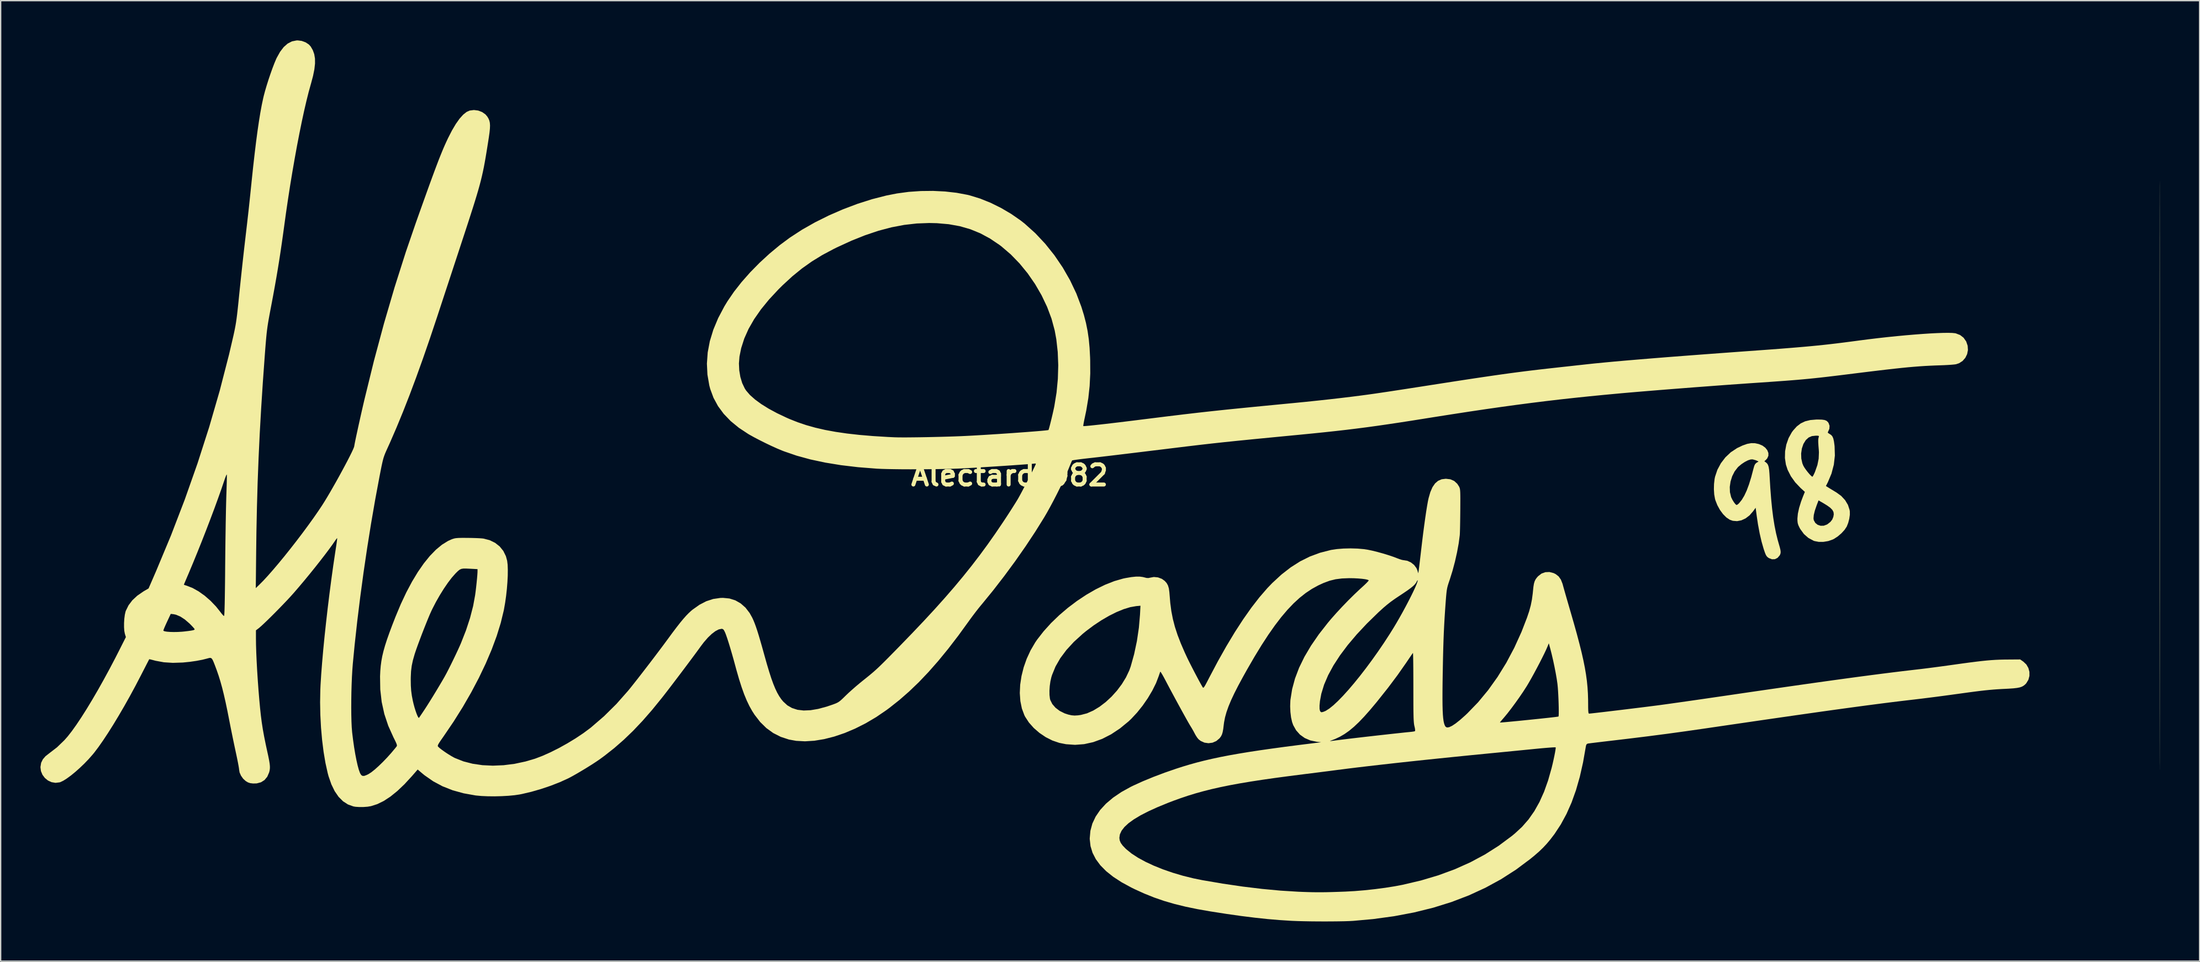
<source format=kicad_pcb>
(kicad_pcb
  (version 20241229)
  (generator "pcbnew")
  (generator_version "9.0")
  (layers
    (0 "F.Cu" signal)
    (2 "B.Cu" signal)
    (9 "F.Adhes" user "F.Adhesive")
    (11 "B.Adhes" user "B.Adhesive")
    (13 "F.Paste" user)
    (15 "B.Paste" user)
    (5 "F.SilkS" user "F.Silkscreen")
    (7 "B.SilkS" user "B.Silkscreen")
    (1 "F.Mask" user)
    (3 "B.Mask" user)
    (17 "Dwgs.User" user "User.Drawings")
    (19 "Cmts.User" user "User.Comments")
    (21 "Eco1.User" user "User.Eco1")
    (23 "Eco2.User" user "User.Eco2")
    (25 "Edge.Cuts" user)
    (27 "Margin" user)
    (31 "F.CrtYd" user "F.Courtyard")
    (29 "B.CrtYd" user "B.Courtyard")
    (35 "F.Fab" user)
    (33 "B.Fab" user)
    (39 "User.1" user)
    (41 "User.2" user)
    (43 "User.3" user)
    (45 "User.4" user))
  (footprint "Alectardy982"
    (layer "F.Cu")
    (at 73.1 32.834)
    (property "Reference" "Alectardy982" (at 0 0 0) (layer "F.SilkS") (effects (font (size 1.524 1.524) (thickness 0.3))))
    (attr board_only exclude_from_pos_files exclude_from_bom)
    (fp_poly (pts (xy 86.748 -22.22) (xy 86.749 -22.098) (xy 86.75 -21.882) (xy 86.75 -21.573) (xy 86.751 -21.167) (xy 86.751 -20.665) (xy 86.752 -20.066) (xy 86.753 -19.367) (xy 86.753 -18.569) (xy 86.754 -18.021) (xy 86.755 -16.432) (xy 86.756 -14.751) (xy 86.756 -12.989) (xy 86.757 -11.158) (xy 86.758 -9.267) (xy 86.758 -7.327) (xy 86.759 -5.349) (xy 86.759 -3.343) (xy 86.759 -1.32) (xy 86.759 0.711) (xy 86.759 2.737) (xy 86.759 4.75) (xy 86.758 6.738) (xy 86.758 8.69) (xy 86.757 10.597) (xy 86.757 12.447) (xy 86.756 14.23) (xy 86.755 15.937) (xy 86.754 17.555) (xy 86.754 18.021) (xy 86.753 18.882) (xy 86.752 19.643) (xy 86.752 20.303) (xy 86.751 20.866) (xy 86.751 21.331) (xy 86.75 21.701) (xy 86.749 21.975) (xy 86.749 22.155) (xy 86.748 22.242) (xy 86.748 22.238) (xy 86.747 22.143) (xy 86.747 21.958) (xy 86.746 21.685) (xy 86.746 21.324) (xy 86.745 20.877) (xy 86.745 20.344) (xy 86.744 19.728) (xy 86.744 19.028) (xy 86.744 18.247) (xy 86.743 17.384) (xy 86.743 16.442) (xy 86.743 15.421) (xy 86.742 14.323) (xy 86.742 13.148) (xy 86.742 11.897) (xy 86.742 10.572) (xy 86.741 9.174) (xy 86.741 7.704) (xy 86.741 6.162) (xy 86.741 4.551) (xy 86.741 2.871) (xy 86.741 1.123) (xy 86.741 0) (xy 86.741 -1.79) (xy 86.741 -3.512) (xy 86.741 -5.167) (xy 86.741 -6.752) (xy 86.741 -8.267) (xy 86.741 -9.71) (xy 86.742 -11.08) (xy 86.742 -12.377) (xy 86.742 -13.6) (xy 86.742 -14.746) (xy 86.743 -15.815) (xy 86.743 -16.807) (xy 86.743 -17.719) (xy 86.744 -18.551) (xy 86.744 -19.302) (xy 86.744 -19.97) (xy 86.745 -20.555) (xy 86.745 -21.055) (xy 86.746 -21.47) (xy 86.746 -21.798) (xy 86.747 -22.038) (xy 86.747 -22.189) (xy 86.748 -22.25)) (stroke (width 0) (type solid)) (fill yes) (layer "F.SilkS"))
    (fp_poly (pts (xy 56.223 -2.428) (xy 56.509 -2.366) (xy 56.786 -2.248) (xy 57.003 -2.087) (xy 57.154 -1.896) (xy 57.233 -1.689) (xy 57.233 -1.48) (xy 57.147 -1.284) (xy 57.061 -1.187) (xy 56.929 -1.064) (xy 57.04 -0.986) (xy 57.134 -0.902) (xy 57.204 -0.792) (xy 57.254 -0.638) (xy 57.289 -0.423) (xy 57.314 -0.13) (xy 57.323 0.025) (xy 57.377 0.941) (xy 57.44 1.766) (xy 57.513 2.509) (xy 57.598 3.182) (xy 57.696 3.794) (xy 57.808 4.355) (xy 57.936 4.875) (xy 58.013 5.146) (xy 58.093 5.426) (xy 58.142 5.63) (xy 58.159 5.78) (xy 58.147 5.896) (xy 58.108 5.998) (xy 58.083 6.043) (xy 57.923 6.228) (xy 57.723 6.326) (xy 57.5 6.332) (xy 57.272 6.243) (xy 57.24 6.223) (xy 57.155 6.157) (xy 57.088 6.08) (xy 57.028 5.971) (xy 56.964 5.808) (xy 56.884 5.571) (xy 56.874 5.542) (xy 56.718 4.998) (xy 56.575 4.376) (xy 56.449 3.7) (xy 56.357 3.088) (xy 56.272 2.443) (xy 56.079 2.711) (xy 55.815 3.015) (xy 55.517 3.244) (xy 55.198 3.392) (xy 54.872 3.455) (xy 54.551 3.429) (xy 54.323 3.349) (xy 54.064 3.177) (xy 53.812 2.924) (xy 53.581 2.61) (xy 53.385 2.255) (xy 53.237 1.879) (xy 53.205 1.764) (xy 53.147 1.435) (xy 53.123 1.049) (xy 53.127 0.872) (xy 54.32 0.872) (xy 54.333 1.268) (xy 54.42 1.629) (xy 54.435 1.667) (xy 54.519 1.84) (xy 54.62 2.006) (xy 54.721 2.142) (xy 54.804 2.223) (xy 54.836 2.235) (xy 54.907 2.201) (xy 55.007 2.116) (xy 55.027 2.095) (xy 55.229 1.843) (xy 55.418 1.528) (xy 55.598 1.142) (xy 55.771 0.677) (xy 55.941 0.126) (xy 56.111 -0.519) (xy 56.111 -0.519) (xy 56.168 -0.718) (xy 56.228 -0.845) (xy 56.307 -0.929) (xy 56.345 -0.955) (xy 56.494 -1.049) (xy 56.29 -1.141) (xy 56.044 -1.209) (xy 55.9 -1.203) (xy 55.694 -1.138) (xy 55.452 -1.014) (xy 55.203 -0.848) (xy 54.977 -0.659) (xy 54.927 -0.61) (xy 54.687 -0.3) (xy 54.503 0.065) (xy 54.379 0.464) (xy 54.32 0.872) (xy 53.127 0.872) (xy 53.133 0.647) (xy 53.176 0.269) (xy 53.21 0.102) (xy 53.387 -0.425) (xy 53.651 -0.917) (xy 53.99 -1.361) (xy 54.395 -1.743) (xy 54.853 -2.047) (xy 54.901 -2.073) (xy 55.294 -2.26) (xy 55.633 -2.378) (xy 55.936 -2.433)) (stroke (width 0) (type solid)) (fill yes) (layer "F.SilkS"))
    (fp_poly (pts (xy 61.265 -4.209) (xy 61.465 -4.181) (xy 61.607 -4.127) (xy 61.712 -4.038) (xy 61.774 -3.951) (xy 61.847 -3.743) (xy 61.832 -3.516) (xy 61.748 -3.324) (xy 61.714 -3.252) (xy 61.737 -3.199) (xy 61.834 -3.136) (xy 61.861 -3.121) (xy 61.978 -3.041) (xy 62.065 -2.934) (xy 62.13 -2.783) (xy 62.178 -2.569) (xy 62.218 -2.275) (xy 62.227 -2.192) (xy 62.248 -1.496) (xy 62.169 -0.806) (xy 61.992 -0.133) (xy 61.725 0.502) (xy 61.573 0.804) (xy 61.812 0.954) (xy 61.988 1.062) (xy 62.2 1.19) (xy 62.363 1.288) (xy 62.727 1.553) (xy 63.02 1.871) (xy 63.234 2.227) (xy 63.358 2.608) (xy 63.375 2.715) (xy 63.377 2.973) (xy 63.334 3.276) (xy 63.254 3.585) (xy 63.146 3.858) (xy 63.139 3.872) (xy 62.977 4.115) (xy 62.748 4.366) (xy 62.48 4.597) (xy 62.2 4.783) (xy 62.094 4.838) (xy 61.754 4.957) (xy 61.389 5.018) (xy 61.03 5.019) (xy 60.709 4.957) (xy 60.64 4.932) (xy 60.246 4.72) (xy 59.912 4.426) (xy 59.64 4.053) (xy 59.576 3.937) (xy 59.491 3.755) (xy 59.444 3.601) (xy 59.425 3.427) (xy 59.423 3.251) (xy 59.423 3.249) (xy 60.635 3.249) (xy 60.658 3.385) (xy 60.773 3.59) (xy 60.951 3.731) (xy 61.17 3.803) (xy 61.408 3.799) (xy 61.643 3.713) (xy 61.697 3.68) (xy 61.91 3.512) (xy 62.047 3.339) (xy 62.131 3.133) (xy 62.165 2.937) (xy 62.143 2.765) (xy 62.057 2.604) (xy 61.899 2.442) (xy 61.658 2.268) (xy 61.423 2.124) (xy 61.017 1.887) (xy 60.882 2.239) (xy 60.739 2.654) (xy 60.657 2.991) (xy 60.635 3.249) (xy 59.423 3.249) (xy 59.457 2.888) (xy 59.55 2.459) (xy 59.698 1.979) (xy 59.84 1.601) (xy 59.984 1.245) (xy 59.658 0.948) (xy 59.257 0.526) (xy 58.929 0.065) (xy 58.683 -0.421) (xy 58.554 -0.816) (xy 58.481 -1.307) (xy 58.489 -1.652) (xy 59.704 -1.652) (xy 59.716 -1.27) (xy 59.796 -0.909) (xy 59.868 -0.732) (xy 59.951 -0.589) (xy 60.067 -0.422) (xy 60.2 -0.249) (xy 60.334 -0.091) (xy 60.451 0.03) (xy 60.534 0.096) (xy 60.554 0.102) (xy 60.591 0.058) (xy 60.654 -0.058) (xy 60.73 -0.223) (xy 60.753 -0.278) (xy 60.929 -0.779) (xy 61.025 -1.256) (xy 61.045 -1.736) (xy 61.034 -1.93) (xy 61.008 -2.249) (xy 60.995 -2.484) (xy 60.992 -2.654) (xy 61.002 -2.775) (xy 61.022 -2.866) (xy 61.028 -2.883) (xy 61.045 -2.95) (xy 61.019 -2.984) (xy 60.929 -2.996) (xy 60.809 -2.997) (xy 60.51 -2.964) (xy 60.269 -2.859) (xy 60.062 -2.672) (xy 60.053 -2.661) (xy 59.875 -2.373) (xy 59.758 -2.028) (xy 59.704 -1.652) (xy 58.489 -1.652) (xy 58.493 -1.818) (xy 58.586 -2.327) (xy 58.755 -2.811) (xy 58.996 -3.248) (xy 59.098 -3.388) (xy 59.375 -3.695) (xy 59.672 -3.923) (xy 60.005 -4.081) (xy 60.391 -4.176) (xy 60.845 -4.215) (xy 60.985 -4.216)) (stroke (width 0) (type solid)) (fill yes) (layer "F.SilkS"))
    (fp_poly (pts (xy 33.248 0.296) (xy 33.534 0.421) (xy 33.764 0.631) (xy 33.898 0.838) (xy 33.928 0.899) (xy 33.951 0.963) (xy 33.969 1.041) (xy 33.982 1.147) (xy 33.991 1.292) (xy 33.996 1.487) (xy 33.998 1.744) (xy 33.997 2.076) (xy 33.995 2.494) (xy 33.994 2.642) (xy 33.99 3.05) (xy 33.985 3.437) (xy 33.979 3.79) (xy 33.972 4.092) (xy 33.965 4.329) (xy 33.957 4.485) (xy 33.954 4.521) (xy 33.873 5.138) (xy 33.749 5.811) (xy 33.592 6.51) (xy 33.408 7.202) (xy 33.204 7.855) (xy 33.176 7.936) (xy 33.104 8.149) (xy 33.049 8.329) (xy 33.007 8.497) (xy 32.975 8.675) (xy 32.949 8.887) (xy 32.924 9.154) (xy 32.897 9.497) (xy 32.894 9.537) (xy 32.85 10.149) (xy 32.812 10.73) (xy 32.78 11.295) (xy 32.752 11.864) (xy 32.729 12.454) (xy 32.709 13.083) (xy 32.692 13.768) (xy 32.677 14.528) (xy 32.669 14.961) (xy 32.658 15.69) (xy 32.652 16.324) (xy 32.651 16.871) (xy 32.655 17.338) (xy 32.665 17.731) (xy 32.681 18.058) (xy 32.704 18.325) (xy 32.733 18.541) (xy 32.769 18.711) (xy 32.813 18.842) (xy 32.865 18.943) (xy 32.883 18.969) (xy 32.988 19.03) (xy 33.15 19.009) (xy 33.371 18.907) (xy 33.648 18.723) (xy 33.733 18.655) (xy 36.982 18.655) (xy 37.031 18.655) (xy 37.168 18.645) (xy 37.381 18.627) (xy 37.657 18.602) (xy 37.985 18.571) (xy 38.352 18.536) (xy 38.744 18.496) (xy 39.151 18.455) (xy 39.558 18.413) (xy 39.955 18.372) (xy 40.327 18.332) (xy 40.664 18.296) (xy 40.952 18.263) (xy 41.179 18.236) (xy 41.332 18.216) (xy 41.399 18.204) (xy 41.401 18.203) (xy 41.414 18.139) (xy 41.421 17.99) (xy 41.422 17.774) (xy 41.419 17.506) (xy 41.411 17.204) (xy 41.4 16.885) (xy 41.385 16.566) (xy 41.368 16.262) (xy 41.348 15.992) (xy 41.326 15.772) (xy 41.324 15.748) (xy 41.27 15.372) (xy 41.193 14.929) (xy 41.1 14.449) (xy 40.997 13.962) (xy 40.889 13.498) (xy 40.789 13.106) (xy 40.671 12.675) (xy 40.569 12.929) (xy 40.472 13.152) (xy 40.334 13.444) (xy 40.163 13.789) (xy 39.971 14.166) (xy 39.765 14.558) (xy 39.556 14.948) (xy 39.353 15.316) (xy 39.166 15.644) (xy 39.005 15.915) (xy 38.987 15.943) (xy 38.733 16.337) (xy 38.446 16.758) (xy 38.143 17.184) (xy 37.84 17.594) (xy 37.553 17.965) (xy 37.298 18.274) (xy 37.257 18.321) (xy 37.13 18.468) (xy 37.034 18.583) (xy 36.986 18.648) (xy 36.982 18.655) (xy 33.733 18.655) (xy 33.981 18.458) (xy 34.37 18.112) (xy 34.534 17.957) (xy 35.336 17.128) (xy 36.094 16.212) (xy 36.805 15.216) (xy 37.464 14.148) (xy 38.066 13.014) (xy 38.608 11.821) (xy 39.025 10.744) (xy 39.19 10.253) (xy 39.311 9.809) (xy 39.398 9.372) (xy 39.46 8.904) (xy 39.476 8.741) (xy 39.509 8.42) (xy 39.548 8.179) (xy 39.602 7.995) (xy 39.677 7.843) (xy 39.781 7.703) (xy 39.871 7.605) (xy 40.122 7.411) (xy 40.409 7.307) (xy 40.717 7.294) (xy 41.032 7.375) (xy 41.187 7.451) (xy 41.411 7.625) (xy 41.582 7.867) (xy 41.709 8.19) (xy 41.732 8.276) (xy 41.766 8.402) (xy 41.825 8.612) (xy 41.904 8.891) (xy 42 9.226) (xy 42.109 9.602) (xy 42.226 10.006) (xy 42.314 10.308) (xy 42.568 11.189) (xy 42.79 11.985) (xy 42.98 12.705) (xy 43.143 13.359) (xy 43.278 13.957) (xy 43.389 14.51) (xy 43.476 15.027) (xy 43.543 15.517) (xy 43.59 15.992) (xy 43.62 16.46) (xy 43.635 16.933) (xy 43.637 17.22) (xy 43.639 17.525) (xy 43.645 17.741) (xy 43.657 17.881) (xy 43.675 17.958) (xy 43.702 17.983) (xy 43.705 17.983) (xy 43.78 17.977) (xy 43.944 17.96) (xy 44.186 17.933) (xy 44.495 17.897) (xy 44.86 17.855) (xy 45.268 17.806) (xy 45.71 17.753) (xy 46.172 17.698) (xy 46.645 17.64) (xy 47.117 17.582) (xy 47.575 17.526) (xy 48.01 17.472) (xy 48.41 17.421) (xy 48.763 17.376) (xy 48.997 17.346) (xy 49.274 17.308) (xy 49.64 17.258) (xy 50.084 17.195) (xy 50.594 17.123) (xy 51.157 17.043) (xy 51.764 16.956) (xy 52.401 16.864) (xy 53.059 16.768) (xy 53.724 16.671) (xy 54.305 16.586) (xy 55.819 16.364) (xy 57.238 16.158) (xy 58.568 15.966) (xy 59.813 15.788) (xy 60.978 15.623) (xy 62.07 15.471) (xy 63.094 15.33) (xy 64.054 15.2) (xy 64.957 15.081) (xy 65.806 14.971) (xy 66.609 14.87) (xy 67.369 14.777) (xy 68.093 14.692) (xy 68.402 14.656) (xy 68.772 14.613) (xy 69.215 14.558) (xy 69.704 14.495) (xy 70.211 14.428) (xy 70.709 14.36) (xy 71.145 14.299) (xy 71.802 14.207) (xy 72.371 14.13) (xy 72.866 14.067) (xy 73.3 14.016) (xy 73.686 13.976) (xy 74.037 13.946) (xy 74.367 13.925) (xy 74.688 13.911) (xy 75.014 13.903) (xy 75.235 13.901) (xy 76.225 13.894) (xy 76.462 14.058) (xy 76.69 14.273) (xy 76.843 14.538) (xy 76.922 14.832) (xy 76.923 15.135) (xy 76.845 15.428) (xy 76.687 15.689) (xy 76.598 15.784) (xy 76.482 15.877) (xy 76.352 15.95) (xy 76.19 16.005) (xy 75.982 16.045) (xy 75.71 16.076) (xy 75.36 16.1) (xy 75.184 16.109) (xy 74.836 16.126) (xy 74.517 16.145) (xy 74.212 16.167) (xy 73.906 16.194) (xy 73.584 16.226) (xy 73.232 16.266) (xy 72.835 16.316) (xy 72.377 16.376) (xy 71.845 16.449) (xy 71.399 16.51) (xy 70.904 16.578) (xy 70.369 16.65) (xy 69.82 16.722) (xy 69.284 16.79) (xy 68.788 16.852) (xy 68.358 16.903) (xy 68.25 16.916) (xy 67.691 16.981) (xy 67.115 17.05) (xy 66.518 17.123) (xy 65.893 17.202) (xy 65.237 17.287) (xy 64.543 17.378) (xy 63.806 17.477) (xy 63.022 17.584) (xy 62.186 17.699) (xy 61.291 17.824) (xy 60.334 17.96) (xy 59.309 18.106) (xy 58.21 18.264) (xy 57.034 18.434) (xy 55.774 18.618) (xy 54.425 18.815) (xy 52.983 19.026) (xy 52.502 19.097) (xy 51.022 19.31) (xy 49.582 19.508) (xy 48.141 19.695) (xy 46.663 19.877) (xy 45.72 19.989) (xy 45.276 20.041) (xy 44.86 20.09) (xy 44.485 20.135) (xy 44.161 20.174) (xy 43.9 20.206) (xy 43.714 20.23) (xy 43.615 20.244) (xy 43.604 20.246) (xy 43.526 20.288) (xy 43.479 20.39) (xy 43.461 20.485) (xy 43.254 21.666) (xy 43.008 22.757) (xy 42.719 23.766) (xy 42.386 24.696) (xy 42.006 25.554) (xy 41.578 26.345) (xy 41.1 27.073) (xy 40.788 27.482) (xy 40.518 27.804) (xy 40.243 28.099) (xy 39.942 28.389) (xy 39.594 28.693) (xy 39.264 28.963) (xy 38.197 29.76) (xy 37.072 30.482) (xy 35.887 31.129) (xy 34.641 31.703) (xy 33.331 32.204) (xy 31.955 32.633) (xy 30.513 32.99) (xy 29.001 33.276) (xy 27.418 33.492) (xy 25.908 33.628) (xy 25.611 33.644) (xy 25.23 33.656) (xy 24.783 33.664) (xy 24.289 33.669) (xy 23.765 33.671) (xy 23.229 33.669) (xy 22.7 33.664) (xy 22.195 33.655) (xy 21.733 33.643) (xy 21.33 33.627) (xy 21.26 33.624) (xy 20.379 33.568) (xy 19.464 33.491) (xy 18.501 33.388) (xy 17.479 33.261) (xy 16.386 33.106) (xy 15.208 32.923) (xy 15.164 32.916) (xy 14.174 32.743) (xy 13.269 32.556) (xy 12.433 32.35) (xy 11.648 32.121) (xy 10.901 31.863) (xy 10.172 31.571) (xy 9.448 31.242) (xy 9.195 31.118) (xy 8.459 30.719) (xy 7.823 30.306) (xy 7.285 29.877) (xy 6.846 29.432) (xy 6.503 28.969) (xy 6.256 28.487) (xy 6.104 27.985) (xy 6.046 27.462) (xy 6.045 27.395) (xy 6.048 27.359) (xy 8.28 27.359) (xy 8.305 27.553) (xy 8.384 27.742) (xy 8.529 27.943) (xy 8.75 28.173) (xy 8.807 28.226) (xy 9.202 28.546) (xy 9.687 28.862) (xy 10.252 29.17) (xy 10.884 29.464) (xy 11.573 29.741) (xy 12.307 29.995) (xy 13.074 30.222) (xy 13.865 30.418) (xy 14.529 30.553) (xy 16.074 30.817) (xy 17.582 31.038) (xy 19.041 31.215) (xy 20.438 31.345) (xy 21.762 31.427) (xy 22.098 31.441) (xy 22.493 31.454) (xy 22.852 31.463) (xy 23.195 31.467) (xy 23.542 31.467) (xy 23.913 31.462) (xy 24.327 31.452) (xy 24.804 31.437) (xy 25.324 31.418) (xy 26.028 31.379) (xy 26.785 31.316) (xy 27.563 31.232) (xy 28.331 31.131) (xy 29.056 31.016) (xy 29.642 30.905) (xy 31.028 30.579) (xy 32.337 30.189) (xy 33.574 29.734) (xy 34.742 29.212) (xy 35.846 28.621) (xy 36.889 27.959) (xy 37.877 27.224) (xy 38.106 27.036) (xy 38.651 26.532) (xy 39.141 25.971) (xy 39.578 25.347) (xy 39.968 24.652) (xy 40.313 23.882) (xy 40.617 23.029) (xy 40.883 22.087) (xy 40.887 22.073) (xy 40.961 21.767) (xy 41.03 21.46) (xy 41.091 21.171) (xy 41.141 20.915) (xy 41.175 20.712) (xy 41.191 20.576) (xy 41.19 20.531) (xy 41.137 20.526) (xy 40.996 20.531) (xy 40.777 20.545) (xy 40.494 20.567) (xy 40.158 20.596) (xy 39.782 20.632) (xy 39.548 20.655) (xy 39.084 20.701) (xy 38.547 20.754) (xy 37.965 20.811) (xy 37.366 20.87) (xy 36.778 20.928) (xy 36.229 20.981) (xy 36.017 21.002) (xy 34.802 21.121) (xy 33.599 21.242) (xy 32.416 21.363) (xy 31.262 21.483) (xy 30.146 21.602) (xy 29.076 21.719) (xy 28.062 21.833) (xy 27.112 21.942) (xy 26.236 22.045) (xy 25.44 22.143) (xy 24.736 22.233) (xy 24.587 22.253) (xy 24.348 22.284) (xy 24.027 22.326) (xy 23.645 22.374) (xy 23.223 22.428) (xy 22.779 22.484) (xy 22.335 22.539) (xy 22.2 22.556) (xy 21.064 22.701) (xy 20.021 22.84) (xy 19.063 22.977) (xy 18.182 23.113) (xy 17.369 23.249) (xy 16.617 23.387) (xy 15.917 23.53) (xy 15.261 23.678) (xy 14.64 23.834) (xy 14.047 23.998) (xy 13.473 24.174) (xy 12.91 24.363) (xy 12.35 24.565) (xy 11.952 24.718) (xy 11.16 25.043) (xy 10.468 25.358) (xy 9.874 25.663) (xy 9.377 25.962) (xy 8.974 26.253) (xy 8.665 26.539) (xy 8.447 26.821) (xy 8.319 27.099) (xy 8.28 27.359) (xy 6.048 27.359) (xy 6.095 26.828) (xy 6.243 26.281) (xy 6.49 25.757) (xy 6.833 25.255) (xy 7.272 24.778) (xy 7.807 24.326) (xy 8.435 23.9) (xy 9.157 23.501) (xy 9.322 23.421) (xy 10.039 23.095) (xy 10.837 22.766) (xy 11.695 22.442) (xy 12.543 22.148) (xy 13.069 21.979) (xy 13.598 21.82) (xy 14.138 21.67) (xy 14.697 21.528) (xy 15.283 21.392) (xy 15.902 21.26) (xy 16.563 21.132) (xy 17.273 21.006) (xy 18.04 20.88) (xy 18.871 20.753) (xy 19.775 20.624) (xy 20.758 20.49) (xy 21.829 20.352) (xy 22.758 20.236) (xy 23.495 20.145) (xy 23.156 20.106) (xy 22.899 20.052) (xy 24.167 20.052) (xy 24.194 20.056) (xy 24.301 20.043) (xy 24.308 20.043) (xy 24.428 20.027) (xy 24.627 20.002) (xy 24.88 19.97) (xy 25.166 19.934) (xy 25.324 19.915) (xy 25.605 19.88) (xy 25.954 19.839) (xy 26.356 19.792) (xy 26.797 19.741) (xy 27.262 19.688) (xy 27.738 19.634) (xy 28.209 19.582) (xy 28.663 19.531) (xy 29.083 19.485) (xy 29.457 19.445) (xy 29.77 19.411) (xy 30.007 19.387) (xy 30.132 19.375) (xy 30.325 19.355) (xy 30.479 19.333) (xy 30.566 19.313) (xy 30.573 19.31) (xy 30.592 19.239) (xy 30.57 19.078) (xy 30.54 18.948) (xy 30.52 18.863) (xy 30.504 18.764) (xy 30.491 18.641) (xy 30.48 18.487) (xy 30.471 18.291) (xy 30.465 18.044) (xy 30.46 17.739) (xy 30.457 17.364) (xy 30.456 16.912) (xy 30.455 16.373) (xy 30.455 15.992) (xy 30.454 15.487) (xy 30.452 15.016) (xy 30.45 14.587) (xy 30.446 14.21) (xy 30.442 13.894) (xy 30.437 13.648) (xy 30.431 13.482) (xy 30.425 13.405) (xy 30.423 13.401) (xy 30.385 13.453) (xy 30.301 13.575) (xy 30.179 13.752) (xy 30.031 13.971) (xy 29.894 14.173) (xy 29.262 15.076) (xy 28.55 16.027) (xy 27.762 17.019) (xy 27.665 17.139) (xy 27.185 17.712) (xy 26.748 18.205) (xy 26.346 18.626) (xy 25.97 18.981) (xy 25.611 19.279) (xy 25.262 19.525) (xy 24.913 19.729) (xy 24.555 19.897) (xy 24.372 19.97) (xy 24.225 20.025) (xy 24.167 20.052) (xy 22.899 20.052) (xy 22.682 20.007) (xy 22.262 19.826) (xy 21.902 19.569) (xy 21.61 19.242) (xy 21.391 18.85) (xy 21.308 18.618) (xy 21.23 18.271) (xy 21.181 17.863) (xy 21.162 17.431) (xy 21.164 17.378) (xy 23.378 17.378) (xy 23.38 17.631) (xy 23.418 17.795) (xy 23.491 17.872) (xy 23.535 17.879) (xy 23.648 17.855) (xy 23.799 17.795) (xy 23.86 17.765) (xy 24.122 17.597) (xy 24.429 17.348) (xy 24.774 17.025) (xy 25.153 16.635) (xy 25.559 16.186) (xy 25.986 15.684) (xy 26.429 15.137) (xy 26.881 14.552) (xy 27.337 13.936) (xy 27.792 13.295) (xy 28.239 12.639) (xy 28.672 11.972) (xy 28.968 11.498) (xy 29.189 11.127) (xy 29.417 10.732) (xy 29.645 10.324) (xy 29.867 9.914) (xy 30.077 9.514) (xy 30.271 9.134) (xy 30.442 8.785) (xy 30.584 8.48) (xy 30.692 8.229) (xy 30.76 8.043) (xy 30.783 7.935) (xy 30.766 7.914) (xy 30.725 7.979) (xy 30.714 8.003) (xy 30.652 8.117) (xy 30.559 8.234) (xy 30.427 8.363) (xy 30.244 8.512) (xy 30 8.69) (xy 29.685 8.904) (xy 29.436 9.069) (xy 29.07 9.313) (xy 28.76 9.535) (xy 28.477 9.756) (xy 28.19 10) (xy 27.87 10.291) (xy 27.796 10.36) (xy 26.943 11.193) (xy 26.178 12.011) (xy 25.503 12.81) (xy 24.919 13.59) (xy 24.426 14.349) (xy 24.027 15.085) (xy 23.722 15.797) (xy 23.512 16.483) (xy 23.41 17.032) (xy 23.378 17.378) (xy 21.164 17.378) (xy 21.177 17.011) (xy 21.185 16.929) (xy 21.311 16.135) (xy 21.528 15.333) (xy 21.836 14.521) (xy 22.238 13.696) (xy 22.734 12.856) (xy 23.325 11.997) (xy 24.013 11.118) (xy 24.248 10.838) (xy 24.646 10.388) (xy 25.089 9.91) (xy 25.553 9.43) (xy 26.014 8.974) (xy 26.446 8.566) (xy 26.563 8.461) (xy 26.757 8.282) (xy 26.918 8.126) (xy 27.032 8.005) (xy 27.087 7.932) (xy 27.089 7.918) (xy 26.998 7.876) (xy 26.823 7.838) (xy 26.581 7.806) (xy 26.289 7.781) (xy 25.965 7.764) (xy 25.625 7.759) (xy 25.603 7.759) (xy 25.066 7.78) (xy 24.59 7.841) (xy 24.142 7.951) (xy 23.688 8.118) (xy 23.281 8.305) (xy 22.806 8.566) (xy 22.339 8.877) (xy 21.877 9.242) (xy 21.417 9.665) (xy 20.954 10.152) (xy 20.484 10.706) (xy 20.006 11.332) (xy 19.513 12.035) (xy 19.003 12.819) (xy 18.473 13.688) (xy 17.918 14.647) (xy 17.601 15.215) (xy 17.248 15.868) (xy 16.952 16.449) (xy 16.708 16.969) (xy 16.513 17.437) (xy 16.362 17.864) (xy 16.252 18.258) (xy 16.179 18.631) (xy 16.152 18.834) (xy 16.114 19.147) (xy 16.071 19.381) (xy 16.018 19.557) (xy 15.946 19.7) (xy 15.85 19.829) (xy 15.832 19.85) (xy 15.59 20.054) (xy 15.306 20.177) (xy 15.002 20.217) (xy 14.698 20.174) (xy 14.414 20.046) (xy 14.257 19.924) (xy 14.153 19.8) (xy 14.04 19.628) (xy 13.974 19.507) (xy 13.865 19.301) (xy 13.735 19.075) (xy 13.657 18.948) (xy 13.58 18.821) (xy 13.462 18.617) (xy 13.311 18.348) (xy 13.133 18.027) (xy 12.935 17.668) (xy 12.725 17.283) (xy 12.508 16.884) (xy 12.293 16.484) (xy 12.085 16.097) (xy 11.893 15.734) (xy 11.758 15.476) (xy 11.632 15.24) (xy 11.521 15.042) (xy 11.434 14.899) (xy 11.38 14.823) (xy 11.367 14.816) (xy 11.339 14.885) (xy 11.292 15.018) (xy 11.253 15.138) (xy 11.048 15.675) (xy 10.767 16.241) (xy 10.426 16.816) (xy 10.037 17.378) (xy 9.614 17.907) (xy 9.171 18.382) (xy 8.975 18.568) (xy 8.324 19.103) (xy 7.66 19.544) (xy 6.986 19.889) (xy 6.306 20.137) (xy 5.621 20.288) (xy 4.936 20.34) (xy 4.254 20.292) (xy 3.747 20.191) (xy 3.229 20.014) (xy 2.725 19.759) (xy 2.25 19.438) (xy 1.822 19.066) (xy 1.457 18.655) (xy 1.173 18.219) (xy 1.115 18.105) (xy 0.926 17.597) (xy 0.812 17.036) (xy 0.77 16.432) (xy 0.778 16.253) (xy 3.006 16.253) (xy 3.01 16.575) (xy 3.041 16.844) (xy 3.069 16.955) (xy 3.223 17.262) (xy 3.463 17.539) (xy 3.776 17.777) (xy 4.149 17.964) (xy 4.425 18.055) (xy 4.671 18.11) (xy 4.9 18.129) (xy 5.154 18.114) (xy 5.379 18.082) (xy 5.838 17.962) (xy 6.31 17.753) (xy 6.783 17.466) (xy 7.246 17.113) (xy 7.688 16.704) (xy 8.098 16.249) (xy 8.465 15.76) (xy 8.779 15.247) (xy 9.028 14.721) (xy 9.134 14.427) (xy 9.394 13.494) (xy 9.603 12.506) (xy 9.752 11.497) (xy 9.836 10.52) (xy 9.871 9.839) (xy 9.545 9.869) (xy 9.1 9.947) (xy 8.603 10.099) (xy 8.068 10.318) (xy 7.506 10.598) (xy 6.929 10.934) (xy 6.35 11.318) (xy 5.779 11.745) (xy 5.512 11.964) (xy 4.848 12.568) (xy 4.286 13.18) (xy 3.824 13.8) (xy 3.463 14.429) (xy 3.203 15.066) (xy 3.149 15.24) (xy 3.077 15.557) (xy 3.029 15.904) (xy 3.006 16.253) (xy 0.778 16.253) (xy 0.799 15.799) (xy 0.898 15.147) (xy 1.062 14.49) (xy 1.291 13.84) (xy 1.583 13.208) (xy 1.935 12.606) (xy 2.08 12.394) (xy 2.572 11.763) (xy 3.129 11.147) (xy 3.741 10.557) (xy 4.395 9.999) (xy 5.081 9.481) (xy 5.785 9.013) (xy 6.497 8.601) (xy 7.205 8.255) (xy 7.898 7.982) (xy 8.562 7.79) (xy 8.763 7.748) (xy 9.185 7.677) (xy 9.528 7.642) (xy 9.811 7.64) (xy 10.049 7.672) (xy 10.136 7.694) (xy 10.334 7.742) (xy 10.477 7.748) (xy 10.58 7.725) (xy 10.882 7.67) (xy 11.195 7.701) (xy 11.489 7.812) (xy 11.701 7.966) (xy 11.846 8.127) (xy 11.946 8.308) (xy 12.013 8.532) (xy 12.052 8.822) (xy 12.064 8.97) (xy 12.119 9.631) (xy 12.201 10.251) (xy 12.317 10.847) (xy 12.471 11.439) (xy 12.669 12.045) (xy 12.915 12.684) (xy 13.215 13.376) (xy 13.384 13.741) (xy 13.492 13.964) (xy 13.63 14.24) (xy 13.788 14.549) (xy 13.955 14.872) (xy 14.123 15.191) (xy 14.28 15.486) (xy 14.417 15.737) (xy 14.524 15.925) (xy 14.561 15.987) (xy 14.588 16.022) (xy 14.617 16.028) (xy 14.657 15.996) (xy 14.713 15.914) (xy 14.794 15.772) (xy 14.906 15.561) (xy 15.053 15.276) (xy 15.706 14.04) (xy 16.353 12.891) (xy 16.991 11.83) (xy 17.621 10.86) (xy 18.239 9.983) (xy 18.845 9.201) (xy 19.438 8.515) (xy 19.809 8.129) (xy 20.504 7.487) (xy 21.203 6.943) (xy 21.916 6.49) (xy 22.65 6.124) (xy 23.415 5.841) (xy 24.219 5.635) (xy 24.256 5.627) (xy 24.691 5.562) (xy 25.19 5.523) (xy 25.719 5.511) (xy 26.244 5.526) (xy 26.73 5.568) (xy 26.999 5.609) (xy 27.351 5.682) (xy 27.754 5.782) (xy 28.178 5.9) (xy 28.59 6.026) (xy 28.959 6.151) (xy 29.204 6.245) (xy 29.4 6.32) (xy 29.576 6.375) (xy 29.699 6.4) (xy 29.712 6.401) (xy 30 6.447) (xy 30.274 6.573) (xy 30.511 6.762) (xy 30.686 6.996) (xy 30.754 7.157) (xy 30.824 7.391) (xy 30.853 7.214) (xy 30.866 7.117) (xy 30.889 6.934) (xy 30.92 6.681) (xy 30.956 6.373) (xy 30.997 6.025) (xy 31.039 5.664) (xy 31.117 5.003) (xy 31.195 4.368) (xy 31.274 3.771) (xy 31.35 3.222) (xy 31.422 2.732) (xy 31.49 2.311) (xy 31.55 1.971) (xy 31.601 1.727) (xy 31.735 1.261) (xy 31.897 0.889) (xy 32.091 0.607) (xy 32.32 0.41) (xy 32.589 0.294) (xy 32.902 0.255) (xy 32.907 0.255)) (stroke (width 0) (type solid)) (fill yes) (layer "F.SilkS"))
    (fp_poly (pts (xy -53.389 -32.795) (xy -53.098 -32.687) (xy -52.853 -32.525) (xy -52.714 -32.372) (xy -52.555 -32.096) (xy -52.448 -31.797) (xy -52.392 -31.463) (xy -52.389 -31.086) (xy -52.437 -30.654) (xy -52.537 -30.156) (xy -52.689 -29.583) (xy -52.71 -29.512) (xy -52.87 -28.934) (xy -53.037 -28.265) (xy -53.211 -27.515) (xy -53.388 -26.694) (xy -53.567 -25.812) (xy -53.747 -24.88) (xy -53.924 -23.906) (xy -54.098 -22.901) (xy -54.267 -21.876) (xy -54.427 -20.84) (xy -54.579 -19.804) (xy -54.662 -19.202) (xy -54.777 -18.366) (xy -54.883 -17.61) (xy -54.985 -16.913) (xy -55.086 -16.255) (xy -55.189 -15.616) (xy -55.297 -14.975) (xy -55.414 -14.31) (xy -55.543 -13.602) (xy -55.688 -12.83) (xy -55.752 -12.497) (xy -55.822 -12.122) (xy -55.881 -11.799) (xy -55.931 -11.511) (xy -55.972 -11.242) (xy -56.008 -10.973) (xy -56.041 -10.689) (xy -56.072 -10.372) (xy -56.104 -10.006) (xy -56.139 -9.573) (xy -56.178 -9.057) (xy -56.181 -9.017) (xy -56.327 -6.996) (xy -56.452 -5.053) (xy -56.559 -3.165) (xy -56.646 -1.311) (xy -56.717 0.53) (xy -56.77 2.382) (xy -56.809 4.266) (xy -56.827 5.639) (xy -56.857 8.509) (xy -56.593 8.255) (xy -56.287 7.947) (xy -55.936 7.565) (xy -55.546 7.121) (xy -55.127 6.626) (xy -54.688 6.092) (xy -54.238 5.528) (xy -53.785 4.947) (xy -53.34 4.361) (xy -52.91 3.779) (xy -52.504 3.215) (xy -52.132 2.678) (xy -51.854 2.261) (xy -51.678 1.982) (xy -51.479 1.655) (xy -51.264 1.291) (xy -51.038 0.898) (xy -50.806 0.49) (xy -50.575 0.074) (xy -50.351 -0.337) (xy -50.138 -0.733) (xy -49.942 -1.104) (xy -49.77 -1.44) (xy -49.627 -1.729) (xy -49.519 -1.961) (xy -49.451 -2.127) (xy -49.428 -2.212) (xy -49.417 -2.288) (xy -49.386 -2.451) (xy -49.338 -2.689) (xy -49.275 -2.989) (xy -49.199 -3.339) (xy -49.115 -3.727) (xy -49.023 -4.14) (xy -48.928 -4.567) (xy -48.831 -4.995) (xy -48.735 -5.412) (xy -48.658 -5.74) (xy -47.946 -8.643) (xy -47.19 -11.459) (xy -46.389 -14.195) (xy -45.542 -16.858) (xy -44.785 -19.064) (xy -44.482 -19.917) (xy -44.209 -20.681) (xy -43.965 -21.363) (xy -43.746 -21.97) (xy -43.55 -22.507) (xy -43.374 -22.983) (xy -43.216 -23.404) (xy -43.074 -23.777) (xy -42.943 -24.108) (xy -42.823 -24.405) (xy -42.711 -24.674) (xy -42.603 -24.922) (xy -42.497 -25.156) (xy -42.391 -25.383) (xy -42.363 -25.444) (xy -42.063 -26.031) (xy -41.771 -26.525) (xy -41.488 -26.925) (xy -41.215 -27.229) (xy -40.954 -27.436) (xy -40.725 -27.538) (xy -40.403 -27.579) (xy -40.081 -27.539) (xy -39.782 -27.424) (xy -39.53 -27.245) (xy -39.393 -27.083) (xy -39.304 -26.933) (xy -39.241 -26.782) (xy -39.203 -26.615) (xy -39.189 -26.416) (xy -39.198 -26.17) (xy -39.23 -25.861) (xy -39.285 -25.474) (xy -39.313 -25.294) (xy -39.389 -24.812) (xy -39.459 -24.377) (xy -39.525 -23.98) (xy -39.59 -23.613) (xy -39.655 -23.266) (xy -39.724 -22.932) (xy -39.798 -22.601) (xy -39.879 -22.264) (xy -39.971 -21.913) (xy -40.075 -21.54) (xy -40.194 -21.134) (xy -40.33 -20.688) (xy -40.485 -20.193) (xy -40.662 -19.641) (xy -40.862 -19.021) (xy -41.089 -18.327) (xy -41.345 -17.548) (xy -41.46 -17.196) (xy -41.664 -16.575) (xy -41.88 -15.919) (xy -42.101 -15.245) (xy -42.323 -14.57) (xy -42.54 -13.912) (xy -42.745 -13.288) (xy -42.933 -12.715) (xy -43.098 -12.212) (xy -43.18 -11.963) (xy -43.719 -10.349) (xy -44.244 -8.83) (xy -44.757 -7.402) (xy -45.259 -6.06) (xy -45.753 -4.799) (xy -46.24 -3.615) (xy -46.722 -2.502) (xy -46.946 -2.007) (xy -47.034 -1.812) (xy -47.106 -1.644) (xy -47.166 -1.487) (xy -47.22 -1.326) (xy -47.27 -1.144) (xy -47.321 -0.926) (xy -47.379 -0.656) (xy -47.446 -0.317) (xy -47.528 0.102) (xy -47.851 1.835) (xy -48.161 3.633) (xy -48.455 5.473) (xy -48.729 7.331) (xy -48.979 9.183) (xy -49.204 11.006) (xy -49.399 12.778) (xy -49.539 14.224) (xy -49.575 14.695) (xy -49.605 15.221) (xy -49.628 15.785) (xy -49.645 16.37) (xy -49.654 16.96) (xy -49.657 17.536) (xy -49.652 18.082) (xy -49.64 18.58) (xy -49.62 19.013) (xy -49.592 19.365) (xy -49.588 19.406) (xy -49.518 19.975) (xy -49.44 20.521) (xy -49.355 21.031) (xy -49.266 21.492) (xy -49.176 21.891) (xy -49.087 22.217) (xy -49.001 22.455) (xy -48.988 22.484) (xy -48.905 22.62) (xy -48.805 22.685) (xy -48.671 22.683) (xy -48.485 22.613) (xy -48.353 22.547) (xy -48.143 22.411) (xy -47.885 22.206) (xy -47.593 21.944) (xy -47.279 21.64) (xy -46.957 21.305) (xy -46.64 20.952) (xy -46.341 20.594) (xy -46.235 20.461) (xy -46.213 20.415) (xy -46.214 20.349) (xy -46.246 20.249) (xy -46.313 20.097) (xy -46.42 19.878) (xy -46.472 19.776) (xy -46.865 18.903) (xy -47.161 18.014) (xy -47.361 17.102) (xy -47.468 16.158) (xy -47.48 15.418) (xy -45.169 15.418) (xy -45.162 15.867) (xy -45.136 16.256) (xy -45.087 16.626) (xy -45.011 17.017) (xy -44.951 17.272) (xy -44.882 17.526) (xy -44.806 17.77) (xy -44.729 17.988) (xy -44.657 18.161) (xy -44.598 18.273) (xy -44.556 18.308) (xy -44.551 18.304) (xy -44.511 18.249) (xy -44.426 18.125) (xy -44.307 17.949) (xy -44.166 17.737) (xy -44.11 17.653) (xy -43.935 17.382) (xy -43.723 17.046) (xy -43.488 16.666) (xy -43.244 16.265) (xy -43.006 15.867) (xy -42.785 15.493) (xy -42.61 15.189) (xy -42.484 14.958) (xy -42.328 14.657) (xy -42.152 14.307) (xy -41.968 13.93) (xy -41.785 13.55) (xy -41.615 13.187) (xy -41.469 12.865) (xy -41.386 12.675) (xy -41.005 11.706) (xy -40.696 10.764) (xy -40.463 9.86) (xy -40.313 9.042) (xy -40.274 8.753) (xy -40.236 8.433) (xy -40.201 8.106) (xy -40.17 7.795) (xy -40.147 7.524) (xy -40.134 7.316) (xy -40.132 7.234) (xy -40.132 7.077) (xy -40.727 7.045) (xy -41.003 7.032) (xy -41.203 7.034) (xy -41.353 7.059) (xy -41.477 7.116) (xy -41.602 7.214) (xy -41.752 7.361) (xy -41.8 7.411) (xy -42.073 7.72) (xy -42.368 8.107) (xy -42.673 8.554) (xy -42.977 9.042) (xy -43.269 9.555) (xy -43.537 10.075) (xy -43.608 10.223) (xy -43.717 10.464) (xy -43.85 10.781) (xy -44.002 11.154) (xy -44.164 11.562) (xy -44.329 11.985) (xy -44.487 12.404) (xy -44.633 12.797) (xy -44.758 13.146) (xy -44.854 13.43) (xy -44.873 13.489) (xy -45.005 13.952) (xy -45.094 14.368) (xy -45.146 14.782) (xy -45.167 15.236) (xy -45.169 15.418) (xy -47.48 15.418) (xy -47.484 15.176) (xy -47.483 15.153) (xy -47.465 14.756) (xy -47.433 14.38) (xy -47.384 14.014) (xy -47.316 13.643) (xy -47.224 13.257) (xy -47.106 12.841) (xy -46.958 12.383) (xy -46.777 11.871) (xy -46.56 11.291) (xy -46.317 10.668) (xy -45.918 9.713) (xy -45.502 8.829) (xy -45.073 8.022) (xy -44.633 7.293) (xy -44.185 6.646) (xy -43.731 6.085) (xy -43.273 5.613) (xy -42.814 5.233) (xy -42.357 4.95) (xy -42.078 4.824) (xy -41.963 4.784) (xy -41.851 4.754) (xy -41.723 4.735) (xy -41.561 4.723) (xy -41.345 4.718) (xy -41.057 4.718) (xy -40.868 4.719) (xy -40.55 4.724) (xy -40.247 4.733) (xy -39.981 4.745) (xy -39.775 4.76) (xy -39.674 4.772) (xy -39.21 4.893) (xy -38.803 5.094) (xy -38.459 5.366) (xy -38.186 5.704) (xy -37.991 6.101) (xy -37.897 6.446) (xy -37.861 6.743) (xy -37.847 7.121) (xy -37.852 7.563) (xy -37.877 8.052) (xy -37.918 8.569) (xy -37.976 9.097) (xy -38.05 9.618) (xy -38.137 10.115) (xy -38.156 10.211) (xy -38.382 11.142) (xy -38.686 12.124) (xy -39.065 13.147) (xy -39.514 14.203) (xy -40.029 15.282) (xy -40.606 16.377) (xy -41.241 17.479) (xy -41.93 18.578) (xy -42.668 19.666) (xy -42.718 19.738) (xy -42.895 19.991) (xy -43.018 20.175) (xy -43.093 20.303) (xy -43.127 20.388) (xy -43.128 20.442) (xy -43.116 20.464) (xy -43.007 20.57) (xy -42.831 20.709) (xy -42.611 20.866) (xy -42.369 21.027) (xy -42.126 21.177) (xy -41.907 21.3) (xy -41.833 21.336) (xy -41.2 21.587) (xy -40.505 21.766) (xy -39.761 21.875) (xy -38.977 21.912) (xy -38.167 21.878) (xy -37.342 21.774) (xy -36.512 21.597) (xy -35.796 21.386) (xy -35.24 21.175) (xy -34.633 20.904) (xy -34 20.586) (xy -33.361 20.231) (xy -32.739 19.853) (xy -32.155 19.463) (xy -31.631 19.074) (xy -31.572 19.027) (xy -30.588 18.178) (xy -29.656 17.255) (xy -28.774 16.256) (xy -28.585 16.024) (xy -28.346 15.723) (xy -28.067 15.368) (xy -27.759 14.972) (xy -27.433 14.549) (xy -27.098 14.113) (xy -26.766 13.676) (xy -26.446 13.252) (xy -26.149 12.856) (xy -25.886 12.5) (xy -25.79 12.37) (xy -25.432 11.882) (xy -25.121 11.471) (xy -24.851 11.125) (xy -24.614 10.838) (xy -24.402 10.598) (xy -24.207 10.398) (xy -24.023 10.228) (xy -23.906 10.131) (xy -23.392 9.767) (xy -22.88 9.501) (xy -22.359 9.33) (xy -21.824 9.252) (xy -21.615 9.246) (xy -21.132 9.293) (xy -20.685 9.434) (xy -20.28 9.666) (xy -19.919 9.985) (xy -19.607 10.39) (xy -19.412 10.741) (xy -19.321 10.938) (xy -19.231 11.158) (xy -19.137 11.413) (xy -19.036 11.713) (xy -18.925 12.069) (xy -18.8 12.492) (xy -18.657 12.992) (xy -18.498 13.564) (xy -18.31 14.233) (xy -18.137 14.811) (xy -17.977 15.308) (xy -17.824 15.733) (xy -17.676 16.094) (xy -17.529 16.402) (xy -17.379 16.665) (xy -17.223 16.893) (xy -17.073 17.074) (xy -16.764 17.358) (xy -16.406 17.564) (xy -15.998 17.694) (xy -15.535 17.748) (xy -15.015 17.726) (xy -14.436 17.628) (xy -13.793 17.454) (xy -13.345 17.302) (xy -13.153 17.231) (xy -13.006 17.166) (xy -12.879 17.092) (xy -12.751 16.994) (xy -12.6 16.856) (xy -12.403 16.664) (xy -12.368 16.629) (xy -12.153 16.424) (xy -11.883 16.181) (xy -11.586 15.921) (xy -11.286 15.669) (xy -11.1 15.518) (xy -10.849 15.317) (xy -10.631 15.141) (xy -10.437 14.98) (xy -10.256 14.826) (xy -10.08 14.669) (xy -9.898 14.501) (xy -9.7 14.311) (xy -9.477 14.091) (xy -9.218 13.832) (xy -8.915 13.525) (xy -8.557 13.16) (xy -8.285 12.882) (xy -7.334 11.899) (xy -6.453 10.97) (xy -5.637 10.087) (xy -4.878 9.239) (xy -4.167 8.419) (xy -3.497 7.615) (xy -2.861 6.82) (xy -2.251 6.024) (xy -1.659 5.218) (xy -1.078 4.392) (xy -0.5 3.538) (xy -0.293 3.225) (xy -0.09 2.914) (xy 0.113 2.599) (xy 0.302 2.301) (xy 0.465 2.042) (xy 0.588 1.841) (xy 0.611 1.803) (xy 0.7 1.646) (xy 0.818 1.431) (xy 0.957 1.171) (xy 1.109 0.881) (xy 1.269 0.574) (xy 1.428 0.265) (xy 1.579 -0.033) (xy 1.717 -0.306) (xy 1.832 -0.541) (xy 1.919 -0.723) (xy 1.97 -0.838) (xy 1.981 -0.872) (xy 1.94 -0.897) (xy 1.867 -0.891) (xy 1.784 -0.88) (xy 1.612 -0.864) (xy 1.359 -0.844) (xy 1.039 -0.82) (xy 0.661 -0.793) (xy 0.237 -0.763) (xy -0.222 -0.732) (xy -0.706 -0.7) (xy -1.202 -0.667) (xy -1.701 -0.636) (xy -2.191 -0.606) (xy -2.66 -0.577) (xy -3.099 -0.552) (xy -3.429 -0.534) (xy -3.877 -0.514) (xy -4.394 -0.497) (xy -4.966 -0.482) (xy -5.576 -0.472) (xy -6.21 -0.464) (xy -6.852 -0.46) (xy -7.487 -0.459) (xy -8.1 -0.461) (xy -8.674 -0.468) (xy -9.195 -0.477) (xy -9.648 -0.49) (xy -10.016 -0.507) (xy -10.058 -0.51) (xy -11.433 -0.619) (xy -12.717 -0.771) (xy -13.915 -0.967) (xy -15.028 -1.205) (xy -16.06 -1.488) (xy -17.012 -1.815) (xy -17.17 -1.877) (xy -17.536 -2.03) (xy -17.958 -2.221) (xy -18.407 -2.435) (xy -18.854 -2.659) (xy -19.272 -2.877) (xy -19.631 -3.077) (xy -19.71 -3.123) (xy -20.422 -3.594) (xy -21.04 -4.101) (xy -21.564 -4.647) (xy -21.995 -5.232) (xy -22.333 -5.856) (xy -22.579 -6.52) (xy -22.649 -6.786) (xy -22.791 -7.609) (xy -22.831 -8.442) (xy -22.83 -8.449) (xy -20.415 -8.449) (xy -20.391 -7.929) (xy -20.307 -7.427) (xy -20.167 -6.963) (xy -19.974 -6.559) (xy -19.871 -6.401) (xy -19.583 -6.067) (xy -19.199 -5.726) (xy -18.726 -5.38) (xy -18.168 -5.033) (xy -17.531 -4.69) (xy -16.821 -4.353) (xy -16.612 -4.261) (xy -15.992 -4.014) (xy -15.341 -3.794) (xy -14.651 -3.6) (xy -13.912 -3.43) (xy -13.117 -3.284) (xy -12.257 -3.159) (xy -11.326 -3.055) (xy -10.313 -2.969) (xy -9.212 -2.901) (xy -8.687 -2.876) (xy -8.451 -2.87) (xy -8.129 -2.867) (xy -7.733 -2.867) (xy -7.279 -2.871) (xy -6.782 -2.877) (xy -6.254 -2.886) (xy -5.711 -2.898) (xy -5.167 -2.911) (xy -4.637 -2.926) (xy -4.135 -2.942) (xy -3.674 -2.96) (xy -3.327 -2.976) (xy -2.892 -2.998) (xy -2.417 -3.025) (xy -1.912 -3.055) (xy -1.387 -3.088) (xy -0.852 -3.122) (xy -0.316 -3.158) (xy 0.211 -3.194) (xy 0.719 -3.231) (xy 1.197 -3.266) (xy 1.638 -3.3) (xy 2.03 -3.331) (xy 2.364 -3.36) (xy 2.63 -3.385) (xy 2.818 -3.405) (xy 2.919 -3.42) (xy 2.933 -3.425) (xy 2.955 -3.483) (xy 2.995 -3.621) (xy 3.048 -3.822) (xy 3.11 -4.067) (xy 3.176 -4.339) (xy 3.242 -4.619) (xy 3.303 -4.89) (xy 3.356 -5.131) (xy 3.376 -5.232) (xy 3.542 -6.252) (xy 3.64 -7.284) (xy 3.67 -8.312) (xy 3.631 -9.315) (xy 3.524 -10.276) (xy 3.402 -10.941) (xy 3.162 -11.831) (xy 2.829 -12.719) (xy 2.413 -13.593) (xy 1.923 -14.44) (xy 1.366 -15.246) (xy 0.752 -15.997) (xy 0.089 -16.681) (xy -0.615 -17.284) (xy -0.779 -17.408) (xy -1.489 -17.885) (xy -2.214 -18.275) (xy -2.965 -18.582) (xy -3.752 -18.809) (xy -4.587 -18.959) (xy -5.48 -19.037) (xy -6.064 -19.05) (xy -7.002 -19.015) (xy -7.944 -18.908) (xy -8.899 -18.727) (xy -9.875 -18.47) (xy -10.879 -18.134) (xy -11.92 -17.718) (xy -13.006 -17.22) (xy -13.276 -17.087) (xy -14.127 -16.633) (xy -14.915 -16.148) (xy -15.661 -15.619) (xy -16.385 -15.029) (xy -17.108 -14.363) (xy -17.434 -14.04) (xy -18.144 -13.277) (xy -18.755 -12.528) (xy -19.269 -11.789) (xy -19.688 -11.058) (xy -20.012 -10.332) (xy -20.244 -9.608) (xy -20.374 -8.966) (xy -20.415 -8.449) (xy -22.83 -8.449) (xy -22.77 -9.284) (xy -22.609 -10.136) (xy -22.346 -10.998) (xy -21.982 -11.87) (xy -21.518 -12.75) (xy -21.285 -13.135) (xy -20.791 -13.858) (xy -20.214 -14.593) (xy -19.566 -15.327) (xy -18.861 -16.045) (xy -18.114 -16.733) (xy -17.338 -17.378) (xy -16.571 -17.948) (xy -15.659 -18.542) (xy -14.673 -19.102) (xy -13.632 -19.62) (xy -12.555 -20.089) (xy -11.461 -20.502) (xy -10.369 -20.849) (xy -9.297 -21.124) (xy -8.499 -21.281) (xy -7.609 -21.401) (xy -6.692 -21.464) (xy -5.77 -21.474) (xy -4.865 -21.429) (xy -3.998 -21.331) (xy -3.191 -21.18) (xy -2.992 -21.131) (xy -2.218 -20.893) (xy -1.425 -20.573) (xy -0.637 -20.183) (xy 0.125 -19.734) (xy 0.839 -19.238) (xy 1.143 -18.998) (xy 1.939 -18.282) (xy 2.687 -17.485) (xy 3.379 -16.618) (xy 4.006 -15.695) (xy 4.561 -14.727) (xy 5.036 -13.726) (xy 5.414 -12.725) (xy 5.609 -12.094) (xy 5.764 -11.492) (xy 5.884 -10.896) (xy 5.973 -10.28) (xy 6.034 -9.619) (xy 6.072 -8.89) (xy 6.078 -8.687) (xy 6.084 -7.692) (xy 6.038 -6.752) (xy 5.939 -5.834) (xy 5.784 -4.903) (xy 5.684 -4.425) (xy 5.631 -4.176) (xy 5.59 -3.964) (xy 5.564 -3.809) (xy 5.557 -3.728) (xy 5.558 -3.721) (xy 5.616 -3.719) (xy 5.768 -3.729) (xy 6.009 -3.751) (xy 6.33 -3.784) (xy 6.727 -3.827) (xy 7.192 -3.879) (xy 7.719 -3.941) (xy 8.301 -4.01) (xy 8.933 -4.087) (xy 9.608 -4.17) (xy 9.779 -4.192) (xy 10.565 -4.29) (xy 11.283 -4.379) (xy 11.943 -4.461) (xy 12.557 -4.535) (xy 13.132 -4.605) (xy 13.681 -4.669) (xy 14.214 -4.731) (xy 14.739 -4.79) (xy 15.269 -4.848) (xy 15.812 -4.906) (xy 16.379 -4.966) (xy 16.981 -5.027) (xy 17.627 -5.092) (xy 18.327 -5.161) (xy 19.093 -5.236) (xy 19.933 -5.317) (xy 20.859 -5.407) (xy 21.412 -5.46) (xy 22.329 -5.55) (xy 23.248 -5.646) (xy 24.148 -5.744) (xy 25.011 -5.843) (xy 25.816 -5.94) (xy 26.544 -6.033) (xy 26.67 -6.05) (xy 26.926 -6.084) (xy 27.186 -6.12) (xy 27.456 -6.158) (xy 27.745 -6.2) (xy 28.062 -6.247) (xy 28.415 -6.299) (xy 28.812 -6.359) (xy 29.262 -6.428) (xy 29.773 -6.506) (xy 30.353 -6.596) (xy 31.01 -6.698) (xy 31.754 -6.814) (xy 32.36 -6.908) (xy 33.334 -7.06) (xy 34.22 -7.196) (xy 35.027 -7.319) (xy 35.767 -7.429) (xy 36.45 -7.529) (xy 37.088 -7.62) (xy 37.692 -7.704) (xy 38.273 -7.781) (xy 38.841 -7.854) (xy 39.407 -7.924) (xy 39.983 -7.992) (xy 40.579 -8.06) (xy 41.173 -8.126) (xy 41.622 -8.176) (xy 42.058 -8.223) (xy 42.466 -8.268) (xy 42.831 -8.309) (xy 43.139 -8.342) (xy 43.374 -8.368) (xy 43.51 -8.383) (xy 44.107 -8.447) (xy 44.793 -8.514) (xy 45.569 -8.587) (xy 46.437 -8.664) (xy 47.397 -8.745) (xy 48.45 -8.832) (xy 49.599 -8.924) (xy 50.844 -9.02) (xy 52.187 -9.122) (xy 53.628 -9.229) (xy 55.169 -9.342) (xy 55.626 -9.375) (xy 56.537 -9.441) (xy 57.357 -9.501) (xy 58.097 -9.557) (xy 58.767 -9.61) (xy 59.377 -9.66) (xy 59.938 -9.708) (xy 60.461 -9.756) (xy 60.956 -9.804) (xy 61.433 -9.854) (xy 61.902 -9.906) (xy 62.376 -9.962) (xy 62.862 -10.022) (xy 63.374 -10.088) (xy 63.92 -10.16) (xy 64.11 -10.186) (xy 64.81 -10.276) (xy 65.518 -10.361) (xy 66.225 -10.44) (xy 66.923 -10.511) (xy 67.603 -10.575) (xy 68.255 -10.63) (xy 68.871 -10.677) (xy 69.442 -10.714) (xy 69.96 -10.74) (xy 70.415 -10.756) (xy 70.799 -10.76) (xy 71.102 -10.752) (xy 71.317 -10.73) (xy 71.367 -10.72) (xy 71.693 -10.595) (xy 71.956 -10.391) (xy 72.151 -10.112) (xy 72.155 -10.104) (xy 72.264 -9.784) (xy 72.285 -9.461) (xy 72.224 -9.153) (xy 72.088 -8.874) (xy 71.885 -8.641) (xy 71.622 -8.469) (xy 71.386 -8.39) (xy 71.257 -8.372) (xy 71.048 -8.353) (xy 70.781 -8.335) (xy 70.477 -8.319) (xy 70.201 -8.309) (xy 69.795 -8.295) (xy 69.404 -8.278) (xy 69.017 -8.257) (xy 68.624 -8.231) (xy 68.214 -8.199) (xy 67.778 -8.161) (xy 67.304 -8.114) (xy 66.782 -8.058) (xy 66.202 -7.993) (xy 65.553 -7.917) (xy 64.825 -7.829) (xy 64.007 -7.728) (xy 63.957 -7.722) (xy 63.267 -7.636) (xy 62.655 -7.56) (xy 62.107 -7.494) (xy 61.611 -7.435) (xy 61.154 -7.383) (xy 60.723 -7.337) (xy 60.307 -7.294) (xy 59.891 -7.255) (xy 59.464 -7.217) (xy 59.012 -7.18) (xy 58.523 -7.142) (xy 57.984 -7.103) (xy 57.382 -7.06) (xy 56.705 -7.013) (xy 55.94 -6.961) (xy 55.905 -6.959) (xy 55.139 -6.905) (xy 54.315 -6.847) (xy 53.449 -6.783) (xy 52.554 -6.716) (xy 51.646 -6.648) (xy 50.738 -6.577) (xy 49.845 -6.507) (xy 48.982 -6.438) (xy 48.162 -6.371) (xy 47.4 -6.308) (xy 46.71 -6.249) (xy 46.108 -6.196) (xy 46.101 -6.195) (xy 44.909 -6.084) (xy 43.762 -5.972) (xy 42.648 -5.856) (xy 41.554 -5.736) (xy 40.468 -5.608) (xy 39.377 -5.473) (xy 38.268 -5.328) (xy 37.128 -5.172) (xy 35.946 -5.003) (xy 34.707 -4.819) (xy 33.401 -4.618) (xy 32.013 -4.4) (xy 31.344 -4.293) (xy 30.333 -4.132) (xy 29.404 -3.988) (xy 28.541 -3.859) (xy 27.726 -3.741) (xy 26.942 -3.633) (xy 26.171 -3.534) (xy 25.396 -3.439) (xy 24.601 -3.348) (xy 23.767 -3.258) (xy 22.878 -3.167) (xy 21.915 -3.072) (xy 21.666 -3.048) (xy 20.728 -2.958) (xy 19.882 -2.876) (xy 19.118 -2.802) (xy 18.427 -2.735) (xy 17.799 -2.672) (xy 17.225 -2.615) (xy 16.696 -2.56) (xy 16.201 -2.509) (xy 15.732 -2.458) (xy 15.279 -2.409) (xy 14.833 -2.358) (xy 14.384 -2.307) (xy 13.923 -2.252) (xy 13.44 -2.195) (xy 12.926 -2.132) (xy 12.522 -2.083) (xy 11.61 -1.971) (xy 10.791 -1.872) (xy 10.059 -1.782) (xy 9.407 -1.703) (xy 8.828 -1.633) (xy 8.314 -1.571) (xy 7.859 -1.516) (xy 7.456 -1.468) (xy 7.097 -1.426) (xy 6.776 -1.388) (xy 6.486 -1.355) (xy 6.219 -1.324) (xy 5.968 -1.297) (xy 5.944 -1.294) (xy 5.606 -1.255) (xy 5.303 -1.218) (xy 5.048 -1.184) (xy 4.857 -1.156) (xy 4.743 -1.135) (xy 4.718 -1.127) (xy 4.688 -1.069) (xy 4.63 -0.935) (xy 4.549 -0.742) (xy 4.455 -0.509) (xy 4.418 -0.418) (xy 4.261 -0.044) (xy 4.062 0.396) (xy 3.831 0.88) (xy 3.578 1.389) (xy 3.315 1.9) (xy 3.051 2.394) (xy 2.798 2.849) (xy 2.607 3.175) (xy 1.94 4.247) (xy 1.207 5.355) (xy 0.423 6.477) (xy -0.395 7.589) (xy -1.231 8.671) (xy -2.068 9.698) (xy -2.164 9.811) (xy -2.344 10.033) (xy -2.559 10.308) (xy -2.786 10.608) (xy -3.002 10.901) (xy -3.076 11.005) (xy -3.865 12.093) (xy -4.631 13.091) (xy -5.379 14.005) (xy -6.115 14.842) (xy -6.845 15.609) (xy -7.576 16.311) (xy -8.313 16.956) (xy -9.063 17.55) (xy -9.292 17.72) (xy -10.065 18.247) (xy -10.853 18.712) (xy -11.647 19.113) (xy -12.439 19.448) (xy -13.222 19.714) (xy -13.987 19.909) (xy -14.726 20.03) (xy -15.431 20.074) (xy -16.093 20.039) (xy -16.643 19.94) (xy -17.262 19.736) (xy -17.828 19.449) (xy -18.344 19.076) (xy -18.813 18.616) (xy -19.238 18.065) (xy -19.414 17.79) (xy -19.626 17.413) (xy -19.826 16.994) (xy -20.021 16.523) (xy -20.212 15.988) (xy -20.406 15.378) (xy -20.606 14.683) (xy -20.675 14.427) (xy -20.81 13.93) (xy -20.945 13.455) (xy -21.074 13.013) (xy -21.195 12.619) (xy -21.303 12.285) (xy -21.394 12.024) (xy -21.463 11.849) (xy -21.541 11.694) (xy -21.607 11.614) (xy -21.683 11.585) (xy -21.724 11.582) (xy -21.941 11.627) (xy -22.191 11.758) (xy -22.466 11.967) (xy -22.758 12.247) (xy -23.057 12.591) (xy -23.292 12.9) (xy -23.476 13.155) (xy -23.711 13.475) (xy -23.986 13.846) (xy -24.29 14.253) (xy -24.611 14.682) (xy -24.939 15.116) (xy -25.262 15.542) (xy -25.568 15.945) (xy -25.848 16.31) (xy -26.09 16.622) (xy -26.221 16.789) (xy -26.961 17.7) (xy -27.68 18.524) (xy -28.388 19.272) (xy -29.097 19.955) (xy -29.815 20.582) (xy -30.554 21.165) (xy -30.912 21.428) (xy -31.184 21.614) (xy -31.515 21.83) (xy -31.884 22.061) (xy -32.266 22.293) (xy -32.638 22.512) (xy -32.977 22.704) (xy -33.259 22.854) (xy -33.299 22.874) (xy -33.92 23.157) (xy -34.609 23.426) (xy -35.337 23.672) (xy -36.07 23.884) (xy -36.777 24.05) (xy -36.957 24.086) (xy -37.346 24.143) (xy -37.809 24.186) (xy -38.317 24.214) (xy -38.843 24.227) (xy -39.359 24.222) (xy -39.838 24.201) (xy -40.252 24.163) (xy -40.284 24.159) (xy -41.183 23.998) (xy -42.01 23.769) (xy -42.772 23.468) (xy -43.474 23.093) (xy -44.12 22.643) (xy -44.315 22.484) (xy -44.646 22.203) (xy -45.076 22.698) (xy -45.638 23.309) (xy -46.178 23.823) (xy -46.698 24.244) (xy -47.202 24.574) (xy -47.692 24.815) (xy -48.167 24.967) (xy -48.426 25.01) (xy -48.733 25.033) (xy -49.047 25.035) (xy -49.33 25.016) (xy -49.492 24.989) (xy -49.905 24.841) (xy -50.278 24.599) (xy -50.612 24.264) (xy -50.905 23.838) (xy -51.156 23.322) (xy -51.367 22.715) (xy -51.435 22.461) (xy -51.603 21.704) (xy -51.743 20.868) (xy -51.855 19.972) (xy -51.937 19.036) (xy -51.988 18.081) (xy -52.006 17.124) (xy -51.989 16.186) (xy -51.973 15.824) (xy -51.923 15.022) (xy -51.854 14.136) (xy -51.77 13.179) (xy -51.671 12.168) (xy -51.558 11.118) (xy -51.435 10.043) (xy -51.302 8.958) (xy -51.162 7.879) (xy -51.015 6.82) (xy -50.863 5.796) (xy -50.824 5.54) (xy -50.783 5.271) (xy -50.75 5.039) (xy -50.727 4.863) (xy -50.717 4.759) (xy -50.718 4.739) (xy -50.753 4.767) (xy -50.822 4.857) (xy -50.861 4.914) (xy -51.076 5.226) (xy -51.348 5.6) (xy -51.667 6.023) (xy -52.022 6.482) (xy -52.402 6.963) (xy -52.797 7.453) (xy -53.197 7.939) (xy -53.591 8.407) (xy -53.967 8.844) (xy -54.03 8.915) (xy -54.248 9.158) (xy -54.506 9.436) (xy -54.793 9.737) (xy -55.096 10.05) (xy -55.404 10.363) (xy -55.705 10.664) (xy -55.988 10.942) (xy -56.241 11.184) (xy -56.453 11.38) (xy -56.611 11.518) (xy -56.655 11.552) (xy -56.845 11.696) (xy -56.845 12.289) (xy -56.839 12.792) (xy -56.821 13.378) (xy -56.792 14.03) (xy -56.754 14.729) (xy -56.707 15.458) (xy -56.653 16.2) (xy -56.592 16.936) (xy -56.535 17.551) (xy -56.475 18.114) (xy -56.407 18.643) (xy -56.326 19.167) (xy -56.227 19.712) (xy -56.107 20.306) (xy -56 20.803) (xy -55.914 21.195) (xy -55.852 21.506) (xy -55.812 21.75) (xy -55.793 21.944) (xy -55.792 22.104) (xy -55.808 22.247) (xy -55.841 22.387) (xy -55.85 22.421) (xy -55.991 22.747) (xy -56.197 22.996) (xy -56.463 23.165) (xy -56.785 23.251) (xy -57.059 23.258) (xy -57.278 23.232) (xy -57.448 23.175) (xy -57.615 23.075) (xy -57.81 22.897) (xy -57.972 22.668) (xy -58.08 22.422) (xy -58.115 22.209) (xy -58.126 22.11) (xy -58.156 21.929) (xy -58.202 21.682) (xy -58.261 21.386) (xy -58.33 21.058) (xy -58.367 20.886) (xy -58.456 20.47) (xy -58.556 19.992) (xy -58.659 19.489) (xy -58.758 18.999) (xy -58.844 18.558) (xy -58.852 18.517) (xy -58.997 17.78) (xy -59.133 17.13) (xy -59.264 16.553) (xy -59.392 16.036) (xy -59.523 15.565) (xy -59.658 15.126) (xy -59.803 14.705) (xy -59.931 14.364) (xy -60.031 14.107) (xy -60.109 13.933) (xy -60.177 13.828) (xy -60.248 13.781) (xy -60.336 13.777) (xy -60.455 13.805) (xy -60.503 13.82) (xy -60.883 13.916) (xy -61.334 14.002) (xy -61.824 14.073) (xy -62.323 14.123) (xy -62.369 14.127) (xy -63.114 14.151) (xy -63.79 14.108) (xy -64.403 13.996) (xy -64.516 13.967) (xy -64.694 13.92) (xy -64.827 13.888) (xy -64.893 13.878) (xy -64.895 13.879) (xy -64.92 13.926) (xy -64.985 14.052) (xy -65.085 14.245) (xy -65.212 14.494) (xy -65.362 14.786) (xy -65.528 15.109) (xy -65.543 15.138) (xy -65.948 15.915) (xy -66.362 16.68) (xy -66.781 17.426) (xy -67.198 18.141) (xy -67.606 18.817) (xy -68 19.442) (xy -68.374 20.008) (xy -68.722 20.505) (xy -69.037 20.922) (xy -69.154 21.065) (xy -69.456 21.409) (xy -69.784 21.75) (xy -70.125 22.077) (xy -70.467 22.382) (xy -70.797 22.652) (xy -71.104 22.877) (xy -71.375 23.048) (xy -71.597 23.154) (xy -71.65 23.171) (xy -71.965 23.208) (xy -72.265 23.157) (xy -72.536 23.03) (xy -72.767 22.84) (xy -72.947 22.6) (xy -73.062 22.323) (xy -73.1 22.021) (xy -73.05 21.708) (xy -73.043 21.686) (xy -72.919 21.432) (xy -72.717 21.198) (xy -72.434 20.976) (xy -71.844 20.521) (xy -71.292 19.987) (xy -71.035 19.694) (xy -70.727 19.299) (xy -70.385 18.819) (xy -70.013 18.262) (xy -69.617 17.637) (xy -69.202 16.951) (xy -68.772 16.214) (xy -68.334 15.433) (xy -67.891 14.618) (xy -67.449 13.776) (xy -67.183 13.254) (xy -66.655 12.207) (xy -66.732 11.958) (xy -66.774 11.742) (xy -66.776 11.721) (xy -63.83 11.721) (xy -63.829 11.727) (xy -63.736 11.768) (xy -63.562 11.798) (xy -63.325 11.817) (xy -63.044 11.824) (xy -62.739 11.819) (xy -62.43 11.801) (xy -62.255 11.784) (xy -61.949 11.748) (xy -61.73 11.717) (xy -61.586 11.689) (xy -61.504 11.662) (xy -61.471 11.631) (xy -61.468 11.616) (xy -61.502 11.56) (xy -61.596 11.451) (xy -61.733 11.306) (xy -61.862 11.177) (xy -62.21 10.876) (xy -62.551 10.654) (xy -62.876 10.517) (xy -63.068 10.477) (xy -63.271 10.455) (xy -63.563 11.078) (xy -63.668 11.308) (xy -63.753 11.503) (xy -63.809 11.647) (xy -63.83 11.721) (xy -66.776 11.721) (xy -66.794 11.459) (xy -66.793 11.139) (xy -66.773 10.814) (xy -66.734 10.515) (xy -66.679 10.275) (xy -66.66 10.222) (xy -66.454 9.805) (xy -66.17 9.429) (xy -65.802 9.086) (xy -65.342 8.767) (xy -65.265 8.721) (xy -64.944 8.534) (xy -64.821 8.251) (xy -62.281 8.251) (xy -62.237 8.272) (xy -62.127 8.309) (xy -62.065 8.328) (xy -61.625 8.5) (xy -61.169 8.756) (xy -60.711 9.082) (xy -60.268 9.468) (xy -59.855 9.9) (xy -59.535 10.302) (xy -59.42 10.452) (xy -59.322 10.563) (xy -59.259 10.614) (xy -59.253 10.616) (xy -59.241 10.581) (xy -59.23 10.474) (xy -59.22 10.291) (xy -59.211 10.028) (xy -59.202 9.684) (xy -59.194 9.253) (xy -59.186 8.733) (xy -59.178 8.121) (xy -59.171 7.413) (xy -59.167 6.871) (xy -59.16 6.212) (xy -59.153 5.543) (xy -59.145 4.879) (xy -59.135 4.233) (xy -59.126 3.616) (xy -59.115 3.042) (xy -59.105 2.525) (xy -59.094 2.076) (xy -59.084 1.71) (xy -59.079 1.56) (xy -59.066 1.17) (xy -59.055 0.811) (xy -59.046 0.497) (xy -59.041 0.24) (xy -59.039 0.053) (xy -59.041 -0.05) (xy -59.043 -0.065) (xy -59.066 -0.046) (xy -59.112 0.053) (xy -59.174 0.215) (xy -59.231 0.381) (xy -59.446 1.015) (xy -59.698 1.724) (xy -59.978 2.493) (xy -60.282 3.303) (xy -60.602 4.138) (xy -60.932 4.982) (xy -61.267 5.818) (xy -61.598 6.628) (xy -61.92 7.397) (xy -62.023 7.637) (xy -62.119 7.863) (xy -62.199 8.053) (xy -62.256 8.187) (xy -62.28 8.249) (xy -62.281 8.251) (xy -64.821 8.251) (xy -64.373 7.217) (xy -63.255 4.536) (xy -62.213 1.822) (xy -61.25 -0.912) (xy -60.37 -3.655) (xy -59.577 -6.395) (xy -58.875 -9.121) (xy -58.55 -10.516) (xy -58.488 -10.8) (xy -58.434 -11.06) (xy -58.387 -11.312) (xy -58.344 -11.569) (xy -58.304 -11.85) (xy -58.264 -12.167) (xy -58.222 -12.538) (xy -58.175 -12.977) (xy -58.122 -13.5) (xy -58.116 -13.564) (xy -58.059 -14.118) (xy -57.994 -14.739) (xy -57.924 -15.396) (xy -57.852 -16.059) (xy -57.781 -16.696) (xy -57.715 -17.277) (xy -57.686 -17.526) (xy -57.619 -18.103) (xy -57.562 -18.593) (xy -57.513 -19.012) (xy -57.472 -19.375) (xy -57.435 -19.696) (xy -57.402 -19.99) (xy -57.371 -20.272) (xy -57.341 -20.557) (xy -57.309 -20.859) (xy -57.274 -21.193) (xy -57.235 -21.575) (xy -57.189 -22.018) (xy -57.176 -22.149) (xy -57.06 -23.251) (xy -56.946 -24.255) (xy -56.836 -25.166) (xy -56.727 -25.988) (xy -56.619 -26.724) (xy -56.513 -27.379) (xy -56.407 -27.956) (xy -56.3 -28.46) (xy -56.257 -28.643) (xy -56.159 -29.013) (xy -56.036 -29.431) (xy -55.897 -29.873) (xy -55.747 -30.316) (xy -55.597 -30.738) (xy -55.452 -31.115) (xy -55.322 -31.424) (xy -55.281 -31.513) (xy -55.026 -31.971) (xy -54.751 -32.332) (xy -54.452 -32.595) (xy -54.13 -32.761) (xy -53.783 -32.831) (xy -53.696 -32.834)) (stroke (width 0) (type solid)) (fill yes) (layer "F.SilkS")))
  (gr_rect
    (start -3 -3)
    (end 162.859 69.505)
    (stroke (width 0.1) (type default))
    (fill no)
    (layer "Edge.Cuts")))
</source>
